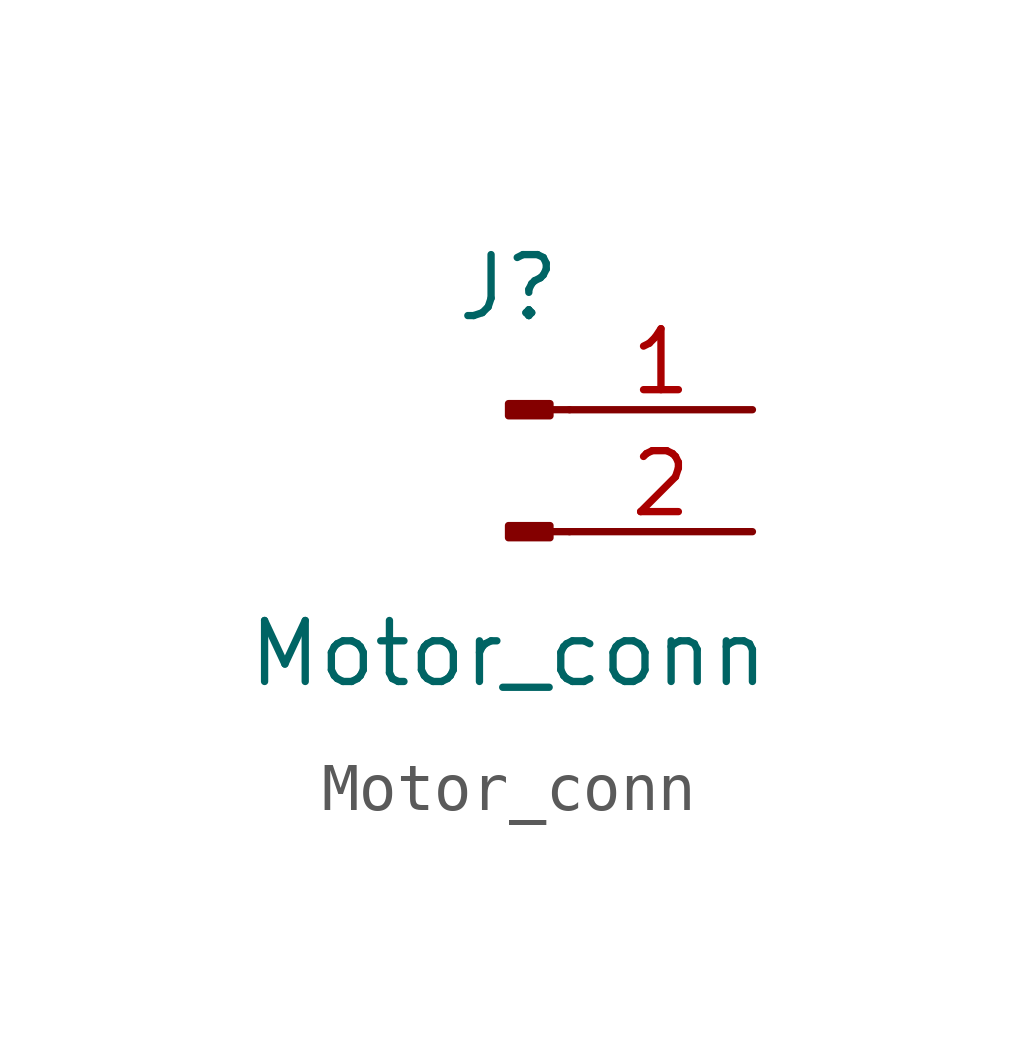
<source format=kicad_sym>
(kicad_symbol_lib
  (version 20241209)
  (generator "kicad_symbol_editor")
  (generator_version "9.0")
  (symbol "Motor_conn"
    (pin_names
      (offset 1.016)
      (hide yes))
    (property "Reference" "J"
      (at 0 2.54 0)
      (effects (font (size 1.27 1.27))))
    (property "Value" "Motor_conn"
      (at 0 -5.08 0)
      (effects (font (size 1.27 1.27))))
    (symbol "Motor_conn_1_1"
      (rectangle (start 0.864 0.127) (end 0 -0.127) (stroke (width 0.152) (type default)) (fill (type outline)))
      (rectangle (start 0.864 -2.413) (end 0 -2.667) (stroke (width 0.152) (type default)) (fill (type outline)))
      (polyline (pts (xy 1.27 0) (xy 0.864 0)) (stroke (width 0.152) (type default)) (fill (type none)))
      (polyline (pts (xy 1.27 -2.54) (xy 0.864 -2.54)) (stroke (width 0.152) (type default)) (fill (type none)))
      (pin passive line (at 5.08 0 180) (length 3.81) (name "Pin_1" (effects (font (size 1.27 1.27)))) (number "1" (effects (font (size 1.27 1.27)))))
      (pin passive line (at 5.08 -2.54 180) (length 3.81) (name "Pin_2" (effects (font (size 1.27 1.27)))) (number "2" (effects (font (size 1.27 1.27))))))))
</source>
